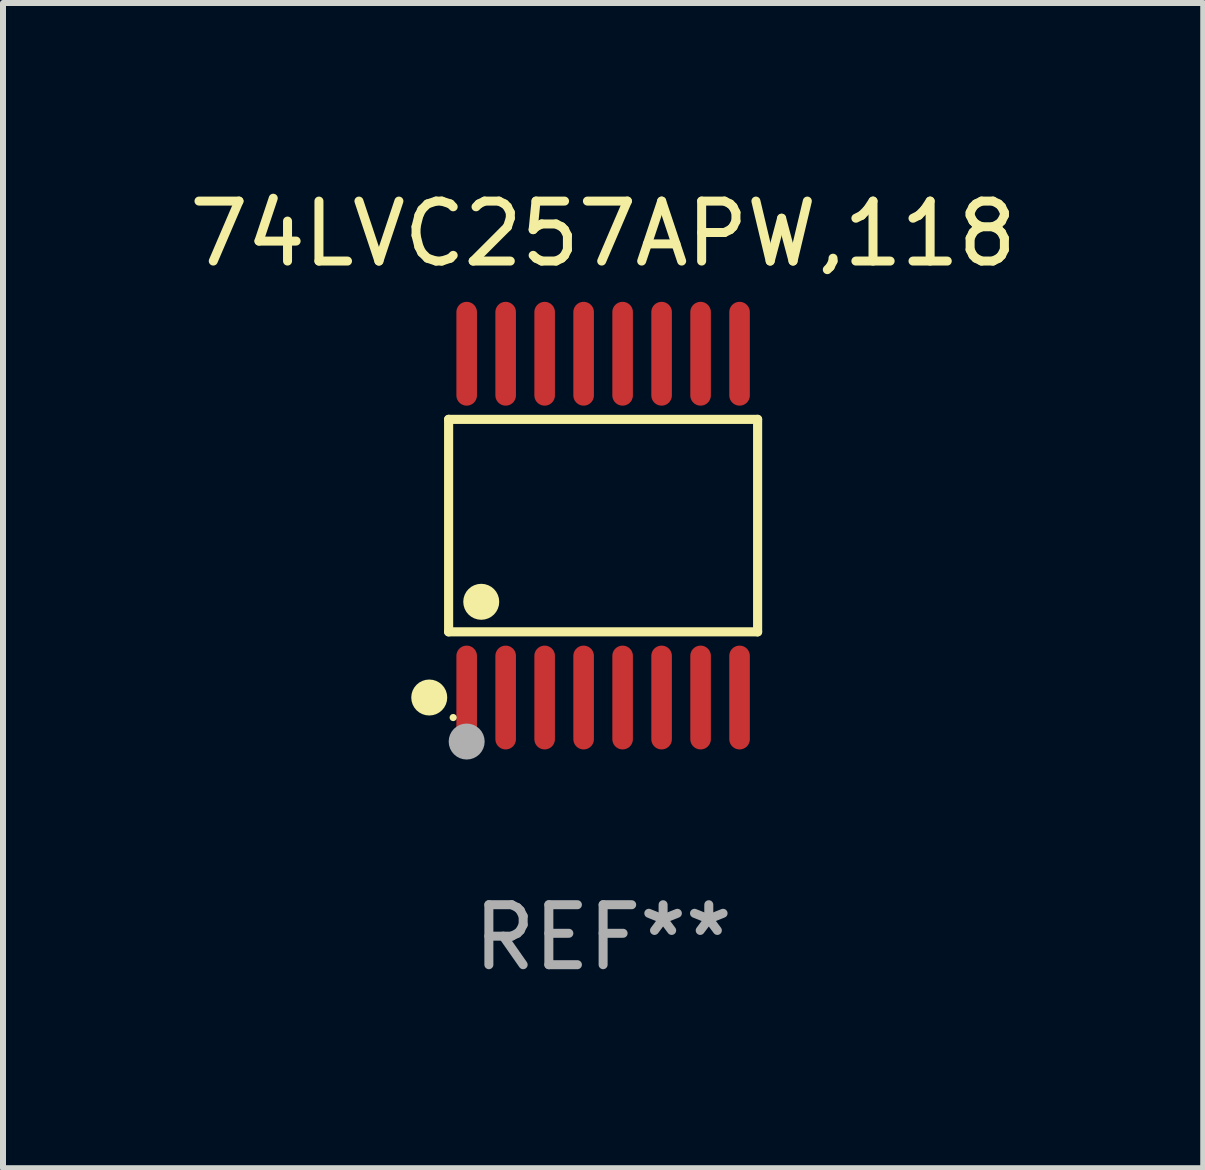
<source format=kicad_pcb>
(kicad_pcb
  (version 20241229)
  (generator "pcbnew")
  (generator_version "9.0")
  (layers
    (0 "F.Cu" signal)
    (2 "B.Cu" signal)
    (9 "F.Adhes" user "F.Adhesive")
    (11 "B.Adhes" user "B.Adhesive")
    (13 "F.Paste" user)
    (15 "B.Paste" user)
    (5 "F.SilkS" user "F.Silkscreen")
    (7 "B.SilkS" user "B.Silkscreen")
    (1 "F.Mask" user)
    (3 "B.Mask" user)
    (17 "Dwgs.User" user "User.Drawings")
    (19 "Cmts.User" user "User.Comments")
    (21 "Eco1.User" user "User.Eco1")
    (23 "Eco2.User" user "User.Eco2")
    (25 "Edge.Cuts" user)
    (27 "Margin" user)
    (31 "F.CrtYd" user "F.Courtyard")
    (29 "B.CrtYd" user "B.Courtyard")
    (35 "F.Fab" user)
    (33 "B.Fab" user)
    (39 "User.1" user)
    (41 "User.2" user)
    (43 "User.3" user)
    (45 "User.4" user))
  (footprint "74LVC257APW,118"
    (layer "F.Cu")
    (at 7.006 5.714)
    (property "Reference" "74LVC257APW,118" (at 0 -4.866 0) (layer "F.SilkS") (effects (font (size 1 1) (thickness 0.15))))
    (attr through_hole)
    (fp_line (start -2.576 -1.772) (end 2.576 -1.772) (stroke (width 0.152) (type solid)) (layer "F.SilkS"))
    (fp_line (start -2.576 1.771) (end -2.576 -1.772) (stroke (width 0.152) (type solid)) (layer "F.SilkS"))
    (fp_line (start 2.576 -1.772) (end 2.576 1.771) (stroke (width 0.152) (type solid)) (layer "F.SilkS"))
    (fp_line (start 2.576 1.771) (end -2.576 1.771) (stroke (width 0.152) (type solid)) (layer "F.SilkS"))
    (fp_circle (center -2.899 2.866) (end -2.749 2.866) (stroke (width 0.3) (type solid)) (fill no) (layer "F.SilkS"))
    (fp_circle (center -2.5 3.2) (end -2.47 3.2) (stroke (width 0.06) (type solid)) (fill no) (layer "F.SilkS"))
    (fp_circle (center -2.032 1.27) (end -1.882 1.27) (stroke (width 0.3) (type solid)) (fill no) (layer "F.SilkS"))
    (fp_circle (center -2.275 3.6) (end -2.125 3.6) (stroke (width 0.3) (type solid)) (fill no) (layer "F.Fab"))
    (fp_text user "REF**" (at 0 6.866 0) (layer "F.Fab") (effects (font (size 1 1) (thickness 0.15))))
    (pad "1" smd oval (at -2.275 2.866) (size 0.343 1.731) (layers "F.Cu" "F.Mask" "F.Paste"))
    (pad "2" smd oval (at -1.625 2.866) (size 0.343 1.731) (layers "F.Cu" "F.Mask" "F.Paste"))
    (pad "3" smd oval (at -0.975 2.866) (size 0.343 1.731) (layers "F.Cu" "F.Mask" "F.Paste"))
    (pad "4" smd oval (at -0.325 2.866) (size 0.343 1.731) (layers "F.Cu" "F.Mask" "F.Paste"))
    (pad "5" smd oval (at 0.325 2.866) (size 0.343 1.731) (layers "F.Cu" "F.Mask" "F.Paste"))
    (pad "6" smd oval (at 0.975 2.866) (size 0.343 1.731) (layers "F.Cu" "F.Mask" "F.Paste"))
    (pad "7" smd oval (at 1.625 2.866) (size 0.343 1.731) (layers "F.Cu" "F.Mask" "F.Paste"))
    (pad "8" smd oval (at 2.275 2.866) (size 0.343 1.731) (layers "F.Cu" "F.Mask" "F.Paste"))
    (pad "9" smd oval (at 2.275 -2.866) (size 0.343 1.731) (layers "F.Cu" "F.Mask" "F.Paste"))
    (pad "10" smd oval (at 1.625 -2.866) (size 0.343 1.731) (layers "F.Cu" "F.Mask" "F.Paste"))
    (pad "11" smd oval (at 0.975 -2.866) (size 0.343 1.731) (layers "F.Cu" "F.Mask" "F.Paste"))
    (pad "12" smd oval (at 0.325 -2.866) (size 0.343 1.731) (layers "F.Cu" "F.Mask" "F.Paste"))
    (pad "13" smd oval (at -0.325 -2.866) (size 0.343 1.731) (layers "F.Cu" "F.Mask" "F.Paste"))
    (pad "14" smd oval (at -0.975 -2.866) (size 0.343 1.731) (layers "F.Cu" "F.Mask" "F.Paste"))
    (pad "15" smd oval (at -1.625 -2.866) (size 0.343 1.731) (layers "F.Cu" "F.Mask" "F.Paste"))
    (pad "16" smd oval (at -2.275 -2.866) (size 0.343 1.731) (layers "F.Cu" "F.Mask" "F.Paste")))
  (gr_rect
    (start -3 -3)
    (end 17.012 16.428)
    (stroke (width 0.1) (type default))
    (fill no)
    (layer "Edge.Cuts")))
</source>
